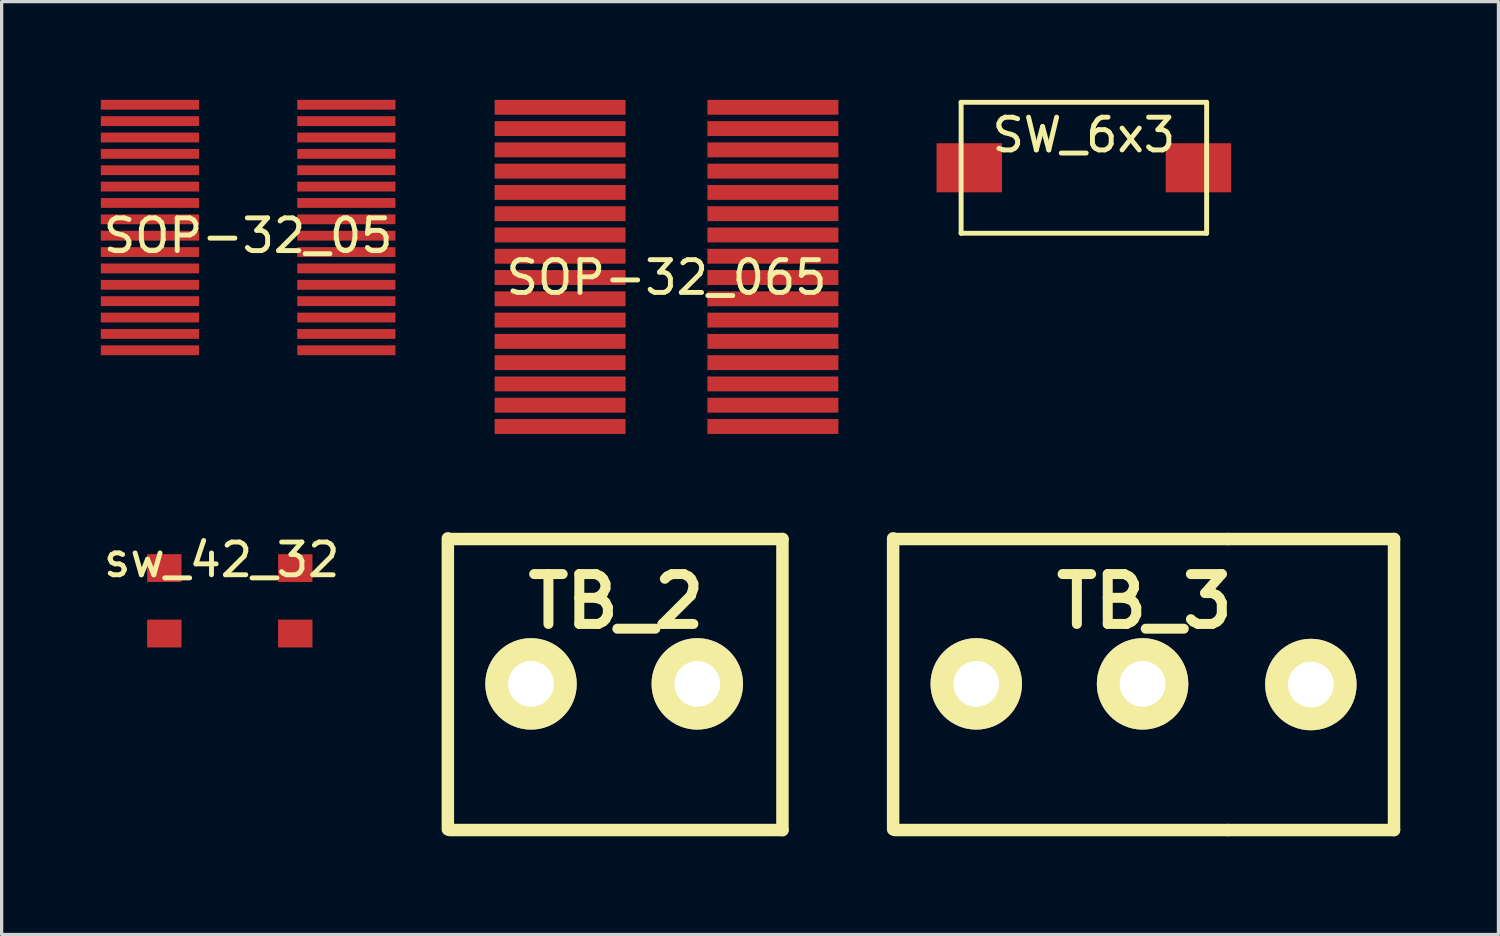
<source format=kicad_pcb>
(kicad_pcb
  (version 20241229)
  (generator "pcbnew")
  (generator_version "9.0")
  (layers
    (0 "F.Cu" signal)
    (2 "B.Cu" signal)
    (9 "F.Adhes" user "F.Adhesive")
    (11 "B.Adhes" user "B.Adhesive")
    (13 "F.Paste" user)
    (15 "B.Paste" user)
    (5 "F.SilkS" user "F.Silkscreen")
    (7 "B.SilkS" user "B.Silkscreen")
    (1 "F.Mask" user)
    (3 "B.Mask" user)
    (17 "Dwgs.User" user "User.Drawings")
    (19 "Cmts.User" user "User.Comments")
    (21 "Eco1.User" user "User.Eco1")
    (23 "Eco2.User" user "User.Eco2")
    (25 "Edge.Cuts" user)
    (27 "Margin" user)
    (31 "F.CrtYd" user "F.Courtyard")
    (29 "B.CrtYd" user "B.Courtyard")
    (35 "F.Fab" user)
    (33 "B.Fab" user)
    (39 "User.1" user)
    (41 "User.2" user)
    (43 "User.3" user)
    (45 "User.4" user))
  (footprint "SOP-32_065"
    (layer "F.Cu")
    (at 17.31 5.428)
    (property "Reference" "SOP-32_065" (at 0 0 0) (layer "F.SilkS") (effects (font (size 1 1) (thickness 0.15))))
    (attr through_hole)
    (pad "1" smd rect (at -3.25 -5.2) (size 4 0.455) (layers "F.Cu" "F.Mask" "F.Paste"))
    (pad "2" smd rect (at -3.25 -4.55) (size 4 0.455) (layers "F.Cu" "F.Mask" "F.Paste"))
    (pad "3" smd rect (at -3.25 -3.9) (size 4 0.455) (layers "F.Cu" "F.Mask" "F.Paste"))
    (pad "4" smd rect (at -3.25 -3.25) (size 4 0.455) (layers "F.Cu" "F.Mask" "F.Paste"))
    (pad "5" smd rect (at -3.25 -2.6) (size 4 0.455) (layers "F.Cu" "F.Mask" "F.Paste"))
    (pad "6" smd rect (at -3.25 -1.95) (size 4 0.455) (layers "F.Cu" "F.Mask" "F.Paste"))
    (pad "7" smd rect (at -3.25 -1.3) (size 4 0.455) (layers "F.Cu" "F.Mask" "F.Paste"))
    (pad "8" smd rect (at -3.25 -0.65) (size 4 0.455) (layers "F.Cu" "F.Mask" "F.Paste"))
    (pad "9" smd rect (at -3.25 0) (size 4 0.455) (layers "F.Cu" "F.Mask" "F.Paste"))
    (pad "10" smd rect (at -3.25 0.65) (size 4 0.455) (layers "F.Cu" "F.Mask" "F.Paste"))
    (pad "11" smd rect (at -3.25 1.3) (size 4 0.455) (layers "F.Cu" "F.Mask" "F.Paste"))
    (pad "12" smd rect (at -3.25 1.95) (size 4 0.455) (layers "F.Cu" "F.Mask" "F.Paste"))
    (pad "13" smd rect (at -3.25 2.6) (size 4 0.455) (layers "F.Cu" "F.Mask" "F.Paste"))
    (pad "14" smd rect (at -3.25 3.25) (size 4 0.455) (layers "F.Cu" "F.Mask" "F.Paste"))
    (pad "15" smd rect (at -3.25 3.9) (size 4 0.455) (layers "F.Cu" "F.Mask" "F.Paste"))
    (pad "16" smd rect (at -3.25 4.55) (size 4 0.455) (layers "F.Cu" "F.Mask" "F.Paste"))
    (pad "17" smd rect (at 3.25 4.55) (size 4 0.455) (layers "F.Cu" "F.Mask" "F.Paste"))
    (pad "18" smd rect (at 3.25 3.9) (size 4 0.455) (layers "F.Cu" "F.Mask" "F.Paste"))
    (pad "19" smd rect (at 3.25 3.25) (size 4 0.455) (layers "F.Cu" "F.Mask" "F.Paste"))
    (pad "20" smd rect (at 3.25 2.6) (size 4 0.455) (layers "F.Cu" "F.Mask" "F.Paste"))
    (pad "21" smd rect (at 3.25 1.95) (size 4 0.455) (layers "F.Cu" "F.Mask" "F.Paste"))
    (pad "22" smd rect (at 3.25 1.3) (size 4 0.455) (layers "F.Cu" "F.Mask" "F.Paste"))
    (pad "23" smd rect (at 3.25 0.65) (size 4 0.455) (layers "F.Cu" "F.Mask" "F.Paste"))
    (pad "24" smd rect (at 3.25 0) (size 4 0.455) (layers "F.Cu" "F.Mask" "F.Paste"))
    (pad "25" smd rect (at 3.25 -0.65) (size 4 0.455) (layers "F.Cu" "F.Mask" "F.Paste"))
    (pad "26" smd rect (at 3.25 -1.3) (size 4 0.455) (layers "F.Cu" "F.Mask" "F.Paste"))
    (pad "27" smd rect (at 3.25 -1.95) (size 4 0.455) (layers "F.Cu" "F.Mask" "F.Paste"))
    (pad "28" smd rect (at 3.25 -2.6) (size 4 0.455) (layers "F.Cu" "F.Mask" "F.Paste"))
    (pad "29" smd rect (at 3.25 -3.25) (size 4 0.455) (layers "F.Cu" "F.Mask" "F.Paste"))
    (pad "30" smd rect (at 3.25 -3.9) (size 4 0.455) (layers "F.Cu" "F.Mask" "F.Paste"))
    (pad "31" smd rect (at 3.25 -4.55) (size 4 0.455) (layers "F.Cu" "F.Mask" "F.Paste"))
    (pad "32" smd rect (at 3.25 -5.2) (size 4 0.455) (layers "F.Cu" "F.Mask" "F.Paste")))
  (footprint "SOP-32_05"
    (layer "F.Cu")
    (at 4.53 4.15)
    (property "Reference" "SOP-32_05" (at 0 0 0) (layer "F.SilkS") (effects (font (size 1 1) (thickness 0.15))))
    (attr through_hole)
    (pad "1" smd rect (at -3 -4) (size 3 0.3) (layers "F.Cu" "F.Mask" "F.Paste"))
    (pad "2" smd rect (at -3 -3.5) (size 3 0.3) (layers "F.Cu" "F.Mask" "F.Paste"))
    (pad "3" smd rect (at -3 -3) (size 3 0.3) (layers "F.Cu" "F.Mask" "F.Paste"))
    (pad "4" smd rect (at -3 -2.5) (size 3 0.3) (layers "F.Cu" "F.Mask" "F.Paste"))
    (pad "5" smd rect (at -3 -2) (size 3 0.3) (layers "F.Cu" "F.Mask" "F.Paste"))
    (pad "6" smd rect (at -3 -1.5) (size 3 0.3) (layers "F.Cu" "F.Mask" "F.Paste"))
    (pad "7" smd rect (at -3 -1) (size 3 0.3) (layers "F.Cu" "F.Mask" "F.Paste"))
    (pad "8" smd rect (at -3 -0.5) (size 3 0.3) (layers "F.Cu" "F.Mask" "F.Paste"))
    (pad "9" smd rect (at -3 0) (size 3 0.3) (layers "F.Cu" "F.Mask" "F.Paste"))
    (pad "10" smd rect (at -3 0.5) (size 3 0.3) (layers "F.Cu" "F.Mask" "F.Paste"))
    (pad "11" smd rect (at -3 1) (size 3 0.3) (layers "F.Cu" "F.Mask" "F.Paste"))
    (pad "12" smd rect (at -3 1.5) (size 3 0.3) (layers "F.Cu" "F.Mask" "F.Paste"))
    (pad "13" smd rect (at -3 2) (size 3 0.3) (layers "F.Cu" "F.Mask" "F.Paste"))
    (pad "14" smd rect (at -3 2.5) (size 3 0.3) (layers "F.Cu" "F.Mask" "F.Paste"))
    (pad "15" smd rect (at -3 3) (size 3 0.3) (layers "F.Cu" "F.Mask" "F.Paste"))
    (pad "16" smd rect (at -3 3.5) (size 3 0.3) (layers "F.Cu" "F.Mask" "F.Paste"))
    (pad "17" smd rect (at 3 3.5) (size 3 0.3) (layers "F.Cu" "F.Mask" "F.Paste"))
    (pad "18" smd rect (at 3 3) (size 3 0.3) (layers "F.Cu" "F.Mask" "F.Paste"))
    (pad "19" smd rect (at 3 2.5) (size 3 0.3) (layers "F.Cu" "F.Mask" "F.Paste"))
    (pad "20" smd rect (at 3 2) (size 3 0.3) (layers "F.Cu" "F.Mask" "F.Paste"))
    (pad "21" smd rect (at 3 1.5) (size 3 0.3) (layers "F.Cu" "F.Mask" "F.Paste"))
    (pad "22" smd rect (at 3 1) (size 3 0.3) (layers "F.Cu" "F.Mask" "F.Paste"))
    (pad "23" smd rect (at 3 0.5) (size 3 0.3) (layers "F.Cu" "F.Mask" "F.Paste"))
    (pad "24" smd rect (at 3 0) (size 3 0.3) (layers "F.Cu" "F.Mask" "F.Paste"))
    (pad "25" smd rect (at 3 -0.5) (size 3 0.3) (layers "F.Cu" "F.Mask" "F.Paste"))
    (pad "26" smd rect (at 3 -1) (size 3 0.3) (layers "F.Cu" "F.Mask" "F.Paste"))
    (pad "27" smd rect (at 3 -1.5) (size 3 0.3) (layers "F.Cu" "F.Mask" "F.Paste"))
    (pad "28" smd rect (at 3 -2) (size 3 0.3) (layers "F.Cu" "F.Mask" "F.Paste"))
    (pad "29" smd rect (at 3 -2.5) (size 3 0.3) (layers "F.Cu" "F.Mask" "F.Paste"))
    (pad "30" smd rect (at 3 -3) (size 3 0.3) (layers "F.Cu" "F.Mask" "F.Paste"))
    (pad "31" smd rect (at 3 -3.5) (size 3 0.3) (layers "F.Cu" "F.Mask" "F.Paste"))
    (pad "32" smd rect (at 3 -4) (size 3 0.3) (layers "F.Cu" "F.Mask" "F.Paste")))
  (footprint "SW_6x3"
    (layer "F.Cu")
    (at 30.06 2.075)
    (property "Reference" "SW_6x3" (at 0 -1 0) (layer "F.SilkS") (effects (font (size 1 1) (thickness 0.15))))
    (attr through_hole)
    (fp_line (start -3.75 -2) (end 3.75 -2) (stroke (width 0.15) (type solid)) (layer "F.SilkS"))
    (fp_line (start -3.75 2) (end -3.75 -2) (stroke (width 0.15) (type solid)) (layer "F.SilkS"))
    (fp_line (start 3.75 -2) (end 3.75 2) (stroke (width 0.15) (type solid)) (layer "F.SilkS"))
    (fp_line (start 3.75 2) (end -3.75 2) (stroke (width 0.15) (type solid)) (layer "F.SilkS"))
    (pad "1" smd rect (at -3.5 0) (size 2 1.5) (layers "F.Cu" "F.Mask" "F.Paste"))
    (pad "2" smd rect (at 3.5 0) (size 2 1.5) (layers "F.Cu" "F.Mask" "F.Paste")))
  (footprint "TB_3"
    (layer "F.Cu")
    (at 26.834 17.861)
    (property "Reference" "TB_3" (at 5.08 -2.54 0) (layer "F.SilkS") (effects (font (size 1.524 1.524) (thickness 0.305))))
    (attr through_hole)
    (fp_line (start -2.601 4.425) (end -2.601 -4.465) (stroke (width 0.381) (type solid)) (layer "F.SilkS"))
    (fp_line (start -2.54 -4.445) (end 7.62 -4.445) (stroke (width 0.381) (type solid)) (layer "F.SilkS"))
    (fp_line (start -2.54 4.445) (end 7.62 4.445) (stroke (width 0.381) (type solid)) (layer "F.SilkS"))
    (fp_line (start 7.62 -4.445) (end 12.7 -4.445) (stroke (width 0.381) (type solid)) (layer "F.SilkS"))
    (fp_line (start 12.7 -4.445) (end 12.7 4.445) (stroke (width 0.381) (type solid)) (layer "F.SilkS"))
    (fp_line (start 12.7 4.445) (end 7.62 4.445) (stroke (width 0.381) (type solid)) (layer "F.SilkS"))
    (pad "1" thru_hole circle (at -0.061 -0.02) (size 2.794 2.794) (drill 1.397) (layers "*.Cu" "*.Mask" "F.SilkS"))
    (pad "2" thru_hole circle (at 5.019 -0.02) (size 2.794 2.794) (drill 1.397) (layers "*.Cu" "*.Mask" "F.SilkS"))
    (pad "3" thru_hole circle (at 10.16 0) (size 2.794 2.794) (drill 1.397) (layers "*.Cu" "*.Mask" "F.SilkS")))
  (footprint "sw_42_32"
    (layer "F.Cu")
    (at 3.97 15.303)
    (property "Reference" "sw_42_32" (at -0.25 -1.25 0) (layer "F.SilkS") (effects (font (size 1 1) (thickness 0.15))))
    (attr through_hole)
    (pad "1" smd rect (at -2 -1) (size 1.05 0.85) (layers "F.Cu" "F.Mask" "F.Paste"))
    (pad "1" smd rect (at 2 -1) (size 1.05 0.85) (layers "F.Cu" "F.Mask" "F.Paste"))
    (pad "2" smd rect (at -2 1) (size 1.05 0.85) (layers "F.Cu" "F.Mask" "F.Paste"))
    (pad "2" smd rect (at 2 1) (size 1.05 0.85) (layers "F.Cu" "F.Mask" "F.Paste")))
  (footprint "TB_2"
    (layer "F.Cu")
    (at 13.232 17.861)
    (property "Reference" "TB_2" (at 2.54 -2.54 0) (layer "F.SilkS") (effects (font (size 1.524 1.524) (thickness 0.305))))
    (attr through_hole)
    (fp_line (start -2.601 4.425) (end -2.601 -4.465) (stroke (width 0.381) (type solid)) (layer "F.SilkS"))
    (fp_line (start -2.54 -4.445) (end 7.62 -4.445) (stroke (width 0.381) (type solid)) (layer "F.SilkS"))
    (fp_line (start -2.54 4.445) (end 7.62 4.445) (stroke (width 0.381) (type solid)) (layer "F.SilkS"))
    (fp_line (start 7.62 4.445) (end 7.62 -4.445) (stroke (width 0.381) (type solid)) (layer "F.SilkS"))
    (pad "1" thru_hole circle (at -0.061 -0.02) (size 2.794 2.794) (drill 1.397) (layers "*.Cu" "*.Mask" "F.SilkS"))
    (pad "2" thru_hole circle (at 5.019 -0.02) (size 2.794 2.794) (drill 1.397) (layers "*.Cu" "*.Mask" "F.SilkS")))
  (gr_rect
    (start -3 -3)
    (end 42.724 25.496)
    (stroke (width 0.1) (type default))
    (fill no)
    (layer "Edge.Cuts")))
</source>
